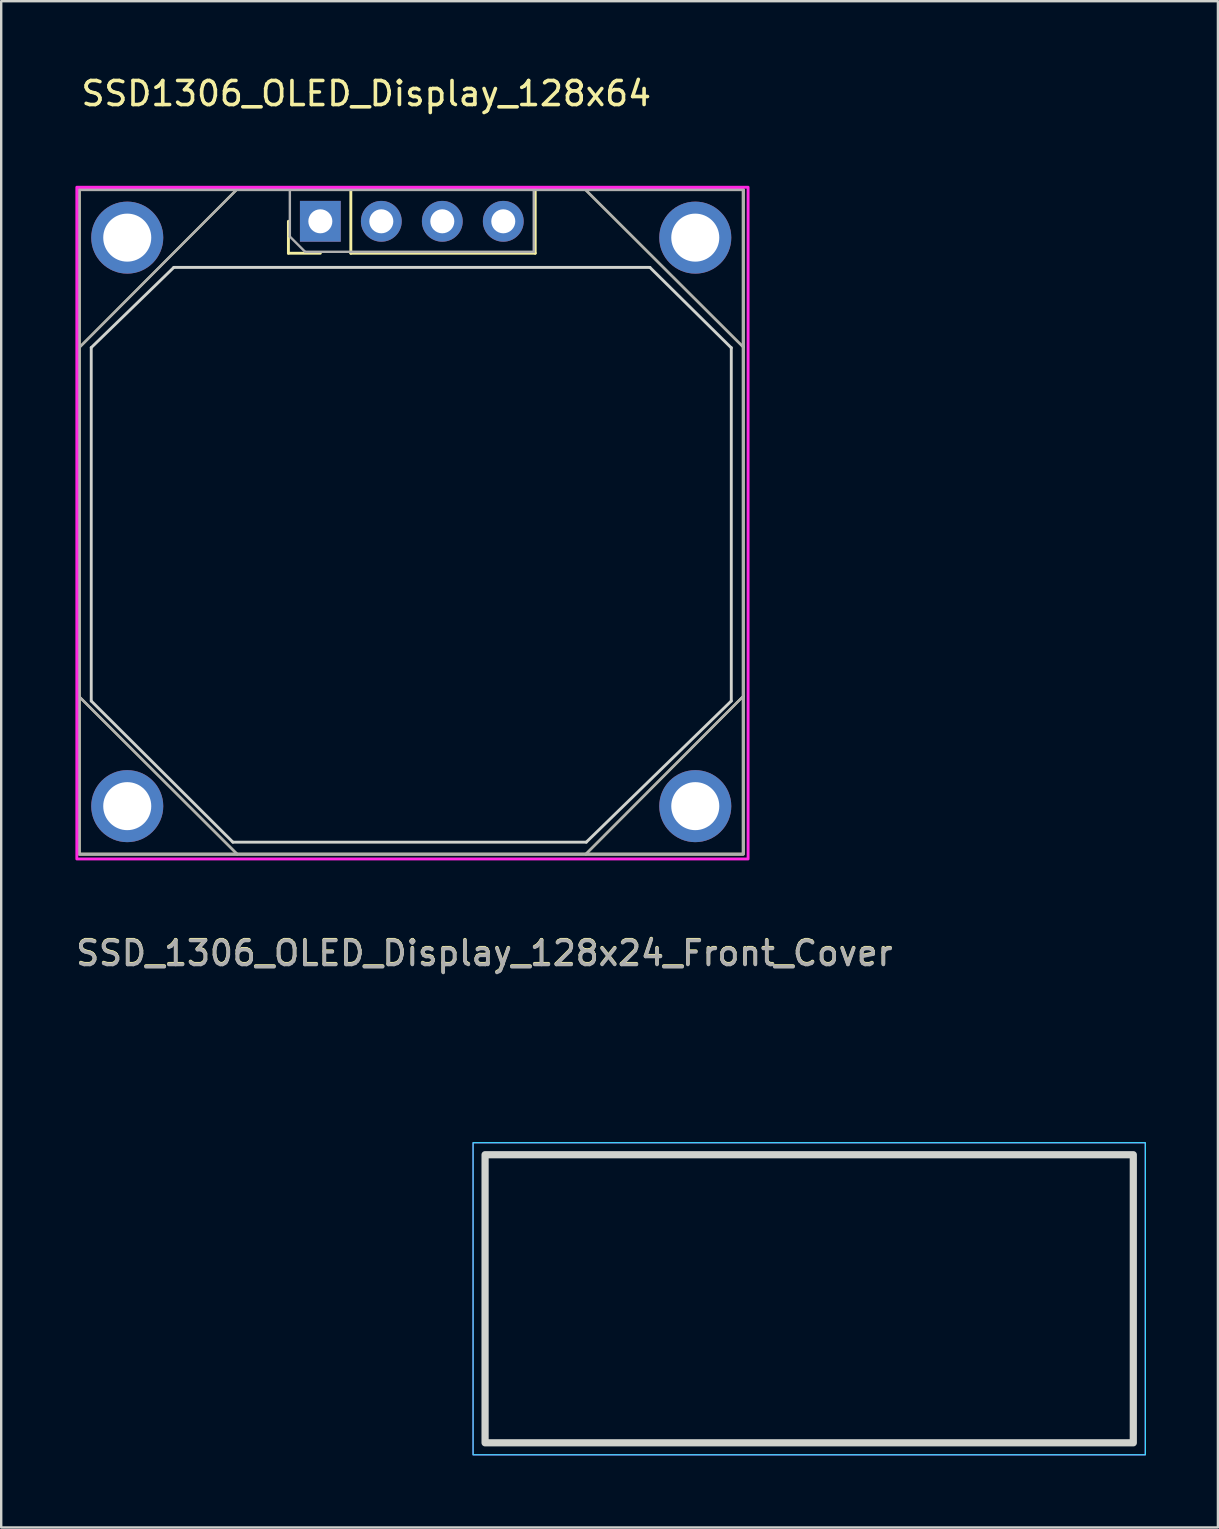
<source format=kicad_pcb>
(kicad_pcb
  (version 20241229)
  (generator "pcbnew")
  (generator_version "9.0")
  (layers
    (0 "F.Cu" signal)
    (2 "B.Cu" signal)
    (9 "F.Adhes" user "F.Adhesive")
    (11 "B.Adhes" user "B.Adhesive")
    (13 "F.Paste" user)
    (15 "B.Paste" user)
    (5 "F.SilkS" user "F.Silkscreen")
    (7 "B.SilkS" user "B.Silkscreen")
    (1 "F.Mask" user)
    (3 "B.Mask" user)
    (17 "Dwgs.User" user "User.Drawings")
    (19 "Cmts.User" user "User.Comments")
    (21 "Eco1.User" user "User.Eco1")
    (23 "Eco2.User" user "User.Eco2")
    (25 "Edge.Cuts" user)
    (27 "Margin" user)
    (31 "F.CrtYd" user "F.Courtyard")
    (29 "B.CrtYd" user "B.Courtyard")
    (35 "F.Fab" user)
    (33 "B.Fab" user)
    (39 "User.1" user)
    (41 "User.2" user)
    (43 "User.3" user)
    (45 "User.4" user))
  (footprint "SSD1306_OLED_Display_128x64"
    (layer "F.Cu")
    (at 0.25 4.848)
    (property "Reference" "SSD1306_OLED_Display_128x64" (at 0 -4 0) (unlocked yes) (layer "F.SilkS") (effects (font (size 1 1) (thickness 0.15)) (justify left)))
    (attr smd)
    (fp_line (start 0 6.58) (end 6.56 0) (stroke (width 0.1) (type solid)) (layer "F.SilkS"))
    (fp_line (start 6.58 27.68) (end 0 21.12) (stroke (width 0.1) (type solid)) (layer "F.SilkS"))
    (fp_line (start 8.713 2.65) (end 8.713 1.32) (stroke (width 0.12) (type solid)) (layer "F.SilkS"))
    (fp_line (start 10.043 2.65) (end 8.713 2.65) (stroke (width 0.12) (type solid)) (layer "F.SilkS"))
    (fp_line (start 11.313 -0.01) (end 18.993 -0.01) (stroke (width 0.12) (type solid)) (layer "F.SilkS"))
    (fp_line (start 11.313 2.65) (end 11.313 -0.01) (stroke (width 0.12) (type solid)) (layer "F.SilkS"))
    (fp_line (start 11.313 2.65) (end 18.993 2.65) (stroke (width 0.12) (type solid)) (layer "F.SilkS"))
    (fp_line (start 18.993 2.65) (end 18.993 -0.01) (stroke (width 0.12) (type solid)) (layer "F.SilkS"))
    (fp_line (start 21.1 27.68) (end 27.66 21.1) (stroke (width 0.1) (type solid)) (layer "F.SilkS"))
    (fp_line (start 27.66 6.56) (end 21.08 0) (stroke (width 0.1) (type solid)) (layer "F.SilkS"))
    (fp_rect (start 0 0) (end 27.66 27.68) (stroke (width 0.12) (type solid)) (fill no) (layer "F.SilkS"))
    (fp_line (start 0.5 6.58) (end 0.5 21.3) (stroke (width 0.12) (type solid)) (layer "Edge.Cuts"))
    (fp_line (start 0.5 6.58) (end 3.94 3.24) (stroke (width 0.12) (type solid)) (layer "Edge.Cuts"))
    (fp_line (start 0.5 21.3) (end 6.4 27.18) (stroke (width 0.12) (type solid)) (layer "Edge.Cuts"))
    (fp_line (start 3.94 3.24) (end 23.77 3.24) (stroke (width 0.12) (type solid)) (layer "Edge.Cuts"))
    (fp_line (start 6.4 27.18) (end 21.12 27.18) (stroke (width 0.12) (type solid)) (layer "Edge.Cuts"))
    (fp_line (start 21.12 27.18) (end 27.16 21.3) (stroke (width 0.12) (type solid)) (layer "Edge.Cuts"))
    (fp_line (start 23.77 3.24) (end 27.16 6.59) (stroke (width 0.12) (type solid)) (layer "Edge.Cuts"))
    (fp_line (start 27.16 6.58) (end 27.16 21.3) (stroke (width 0.12) (type solid)) (layer "Edge.Cuts"))
    (fp_rect (start -0.1 -0.1) (end 27.86 27.88) (stroke (width 0.12) (type solid)) (fill no) (layer "F.CrtYd"))
    (fp_line (start 0 6.58) (end 6.56 0) (stroke (width 0.1) (type solid)) (layer "F.Fab"))
    (fp_line (start 6.58 27.68) (end 0 21.12) (stroke (width 0.1) (type solid)) (layer "F.Fab"))
    (fp_line (start 8.703 0) (end 18.863 0) (stroke (width 0.1) (type solid)) (layer "F.Fab"))
    (fp_line (start 8.773 1.955) (end 8.773 0.05) (stroke (width 0.1) (type solid)) (layer "F.Fab"))
    (fp_line (start 9.408 2.59) (end 8.773 1.955) (stroke (width 0.1) (type solid)) (layer "F.Fab"))
    (fp_line (start 18.933 0.05) (end 18.933 2.59) (stroke (width 0.1) (type solid)) (layer "F.Fab"))
    (fp_line (start 18.933 2.59) (end 9.408 2.59) (stroke (width 0.1) (type solid)) (layer "F.Fab"))
    (fp_line (start 21.1 27.68) (end 27.66 21.1) (stroke (width 0.1) (type solid)) (layer "F.Fab"))
    (fp_line (start 27.66 6.56) (end 21.08 0) (stroke (width 0.1) (type solid)) (layer "F.Fab"))
    (fp_rect (start 0 0) (end 27.66 27.68) (stroke (width 0.12) (type solid)) (fill no) (layer "F.Fab"))
    (pad "" np_thru_hole circle (at 2 2) (size 3 3) (drill 2) (layers "*.Cu" "*.Mask"))
    (pad "" np_thru_hole circle (at 2 25.68) (size 3 3) (drill 2) (layers "*.Cu" "*.Mask"))
    (pad "" np_thru_hole circle (at 25.66 2) (size 3 3) (drill 2) (layers "*.Cu" "*.Mask"))
    (pad "" np_thru_hole circle (at 25.66 25.68) (size 3 3) (drill 2) (layers "*.Cu" "*.Mask"))
    (pad "1" thru_hole rect (at 10.043 1.32 90) (size 1.7 1.7) (drill 1) (layers "*.Cu" "*.Mask"))
    (pad "2" thru_hole oval (at 12.583 1.32 90) (size 1.7 1.7) (drill 1) (layers "*.Cu" "*.Mask"))
    (pad "3" thru_hole oval (at 15.123 1.32 90) (size 1.7 1.7) (drill 1) (layers "*.Cu" "*.Mask"))
    (pad "4" thru_hole oval (at 17.663 1.32 90) (size 1.7 1.7) (drill 1) (layers "*.Cu" "*.Mask")))
  (footprint "SSD_1306_OLED_Display_128x24_Front_Cover"
    (layer "F.Cu")
    (at 17.155 45.047)
    (property "Reference" "SSD_1306_OLED_Display_128x24_Front_Cover" (at -0.03 -8.41 0) (unlocked yes) (layer "F.SilkS") (effects (font (size 1 1) (thickness 0.15))))
    (attr smd)
    (fp_rect (start 0 0) (end 27 12) (stroke (width 0.3) (type solid)) (fill no) (layer "Edge.Cuts"))
    (fp_rect (start -0.5 -0.5) (end 27.5 12.5) (stroke (width 0.05) (type solid)) (fill no) (layer "B.CrtYd"))
    (fp_rect (start -0.5 -0.5) (end 27.5 12.5) (stroke (width 0.05) (type solid)) (fill no) (layer "F.CrtYd"))
    (fp_text user "${REFERENCE}" (at -0.03 -8.38 0) (unlocked yes) (layer "F.Fab") (effects (font (size 1 1) (thickness 0.15)))))
  (gr_rect
    (start -3 -3)
    (end 47.68 60.572)
    (stroke (width 0.1) (type default))
    (fill no)
    (layer "Edge.Cuts")))
</source>
